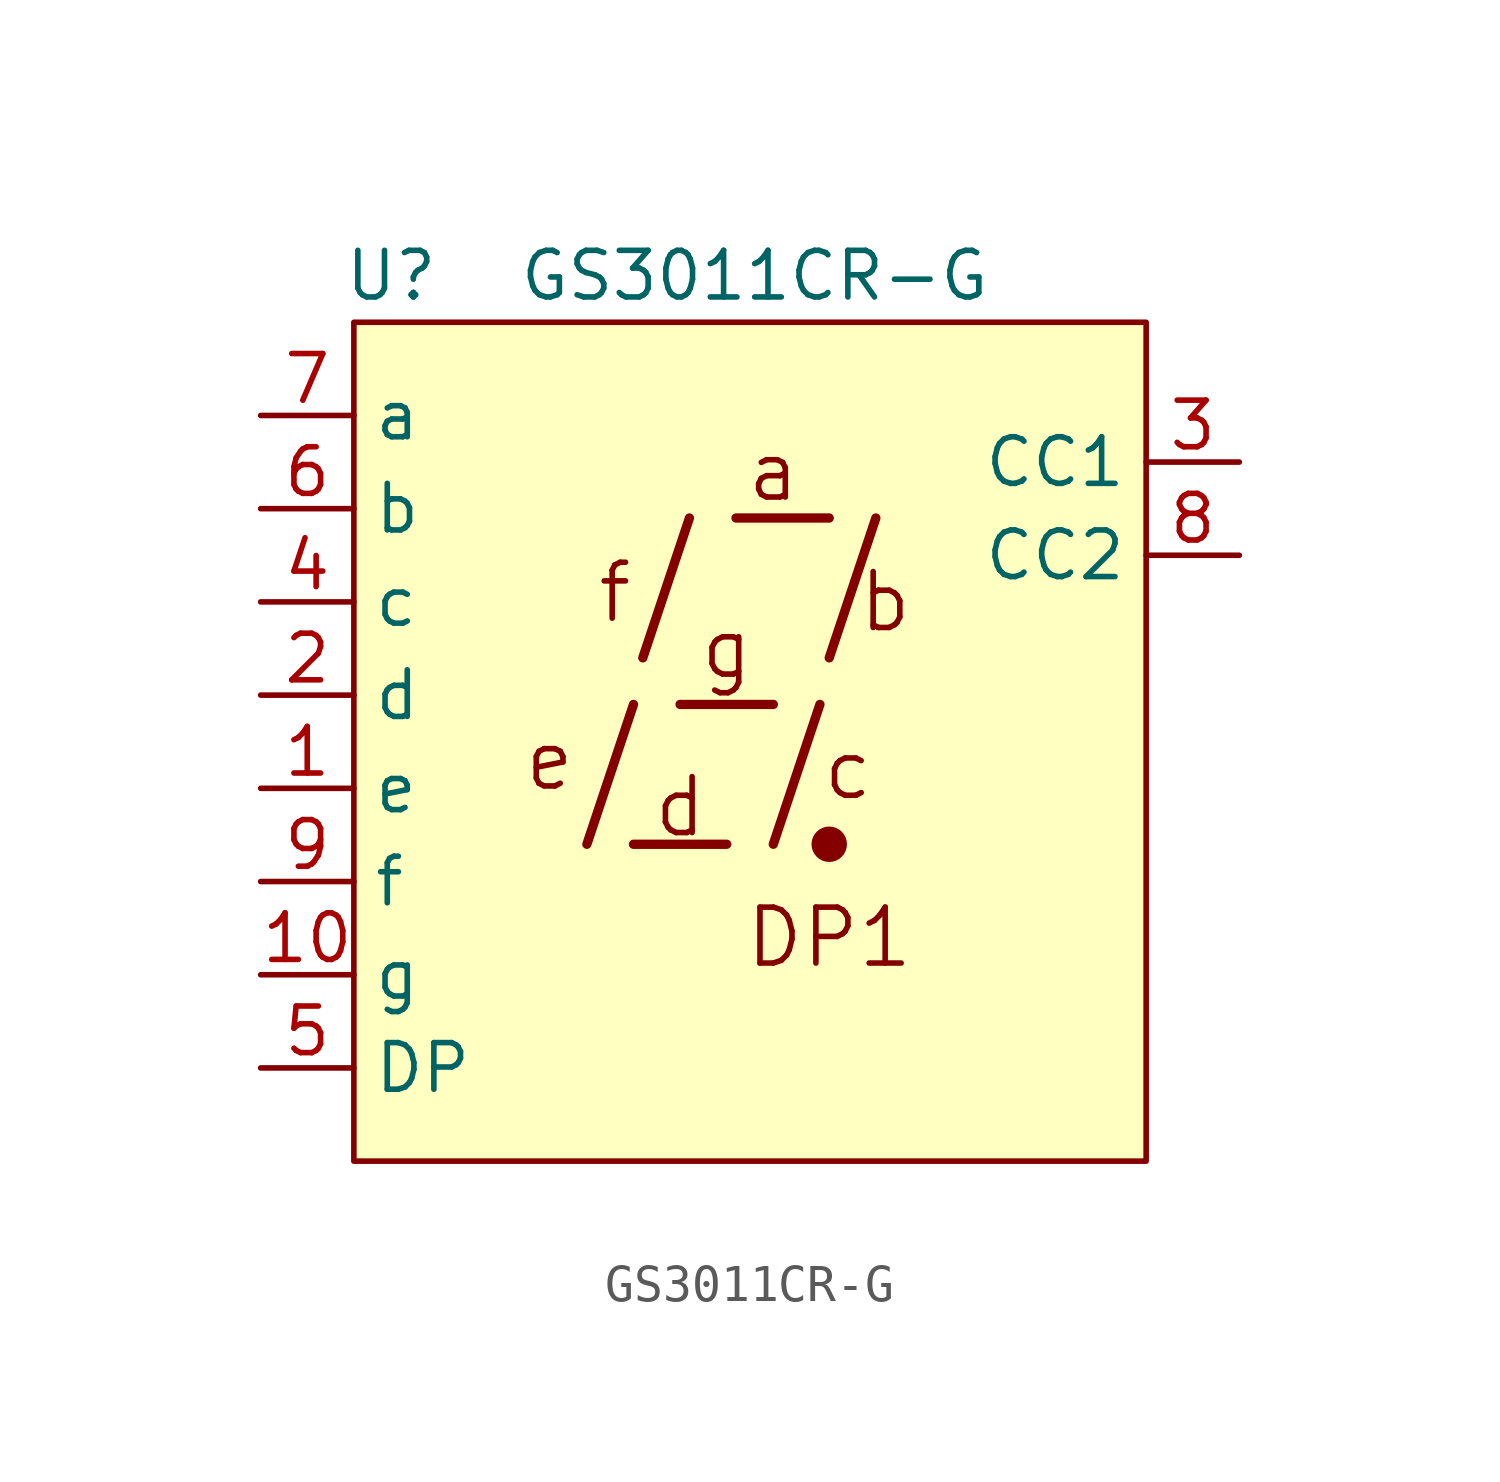
<source format=kicad_sym>
(kicad_symbol_lib
  (version 20241209)
  (generator "kicad_symbol_editor")
  (generator_version "9.0")
  (symbol "GS3011CR-G"
    (property "Reference" "U"
      (at 1.016 1.27 0)
      (effects (font (size 1.27 1.27))))
    (property "Value" "GS3011CR-G"
      (at 10.922 1.27 0)
      (effects (font (size 1.27 1.27))))
    (symbol "GS3011CR-G_0_0"
      (polyline (pts (xy 6.35 -14.224) (xy 7.62 -10.414)) (stroke (width 0.254) (type default)) (fill (type none)))
      (polyline (pts (xy 7.62 -14.224) (xy 10.16 -14.224)) (stroke (width 0.254) (type default)) (fill (type none)))
      (polyline (pts (xy 7.874 -9.144) (xy 9.144 -5.334)) (stroke (width 0.254) (type default)) (fill (type none)))
      (polyline (pts (xy 8.89 -10.414) (xy 11.43 -10.414)) (stroke (width 0.254) (type default)) (fill (type none)))
      (polyline (pts (xy 10.414 -5.334) (xy 12.954 -5.334)) (stroke (width 0.254) (type default)) (fill (type none)))
      (polyline (pts (xy 11.43 -14.224) (xy 12.7 -10.414)) (stroke (width 0.254) (type default)) (fill (type none)))
      (polyline (pts (xy 12.954 -9.144) (xy 14.224 -5.334)) (stroke (width 0.254) (type default)) (fill (type none)))
      (text "e" (at 5.334 -11.938 0) (effects (font (size 1.524 1.524))))
      (text "f" (at 7.112 -7.366 0) (effects (font (size 1.524 1.524))))
      (text "d" (at 8.89 -13.208 0) (effects (font (size 1.524 1.524))))
      (text "g" (at 10.16 -8.89 0) (effects (font (size 1.524 1.524))))
      (text "a" (at 11.43 -4.064 0) (effects (font (size 1.524 1.524))))
      (text "DP1" (at 12.954 -16.764 0) (effects (font (size 1.524 1.524))))
      (text "c" (at 13.462 -12.192 0) (effects (font (size 1.524 1.524))))
      (text "b" (at 14.478 -7.62 0) (effects (font (size 1.524 1.524)))))
    (symbol "GS3011CR-G_0_1"
      (circle (center 12.954 -14.224) (radius 0.356) (stroke (width 0.254) (type default)) (fill (type outline))))
    (symbol "GS3011CR-G_1_1"
      (rectangle (start 0 0) (end 21.59 -22.86) (stroke (width 0) (type solid)) (fill (type background)))
      (pin input line (at -2.54 -2.54 0) (length 2.54) (name "a" (effects (font (size 1.27 1.27)))) (number "7" (effects (font (size 1.27 1.27)))))
      (pin input line (at -2.54 -5.08 0) (length 2.54) (name "b" (effects (font (size 1.27 1.27)))) (number "6" (effects (font (size 1.27 1.27)))))
      (pin input line (at -2.54 -7.62 0) (length 2.54) (name "c" (effects (font (size 1.27 1.27)))) (number "4" (effects (font (size 1.27 1.27)))))
      (pin input line (at -2.54 -10.16 0) (length 2.54) (name "d" (effects (font (size 1.27 1.27)))) (number "2" (effects (font (size 1.27 1.27)))))
      (pin input line (at -2.54 -12.7 0) (length 2.54) (name "e" (effects (font (size 1.27 1.27)))) (number "1" (effects (font (size 1.27 1.27)))))
      (pin input line (at -2.54 -15.24 0) (length 2.54) (name "f" (effects (font (size 1.27 1.27)))) (number "9" (effects (font (size 1.27 1.27)))))
      (pin input line (at -2.54 -17.78 0) (length 2.54) (name "g" (effects (font (size 1.27 1.27)))) (number "10" (effects (font (size 1.27 1.27)))))
      (pin input line (at -2.54 -20.32 0) (length 2.54) (name "DP" (effects (font (size 1.27 1.27)))) (number "5" (effects (font (size 1.27 1.27)))))
      (pin input line (at 24.13 -3.81 180) (length 2.54) (name "CC1" (effects (font (size 1.27 1.27)))) (number "3" (effects (font (size 1.27 1.27)))))
      (pin input line (at 24.13 -6.35 180) (length 2.54) (name "CC2" (effects (font (size 1.27 1.27)))) (number "8" (effects (font (size 1.27 1.27))))))))
</source>
